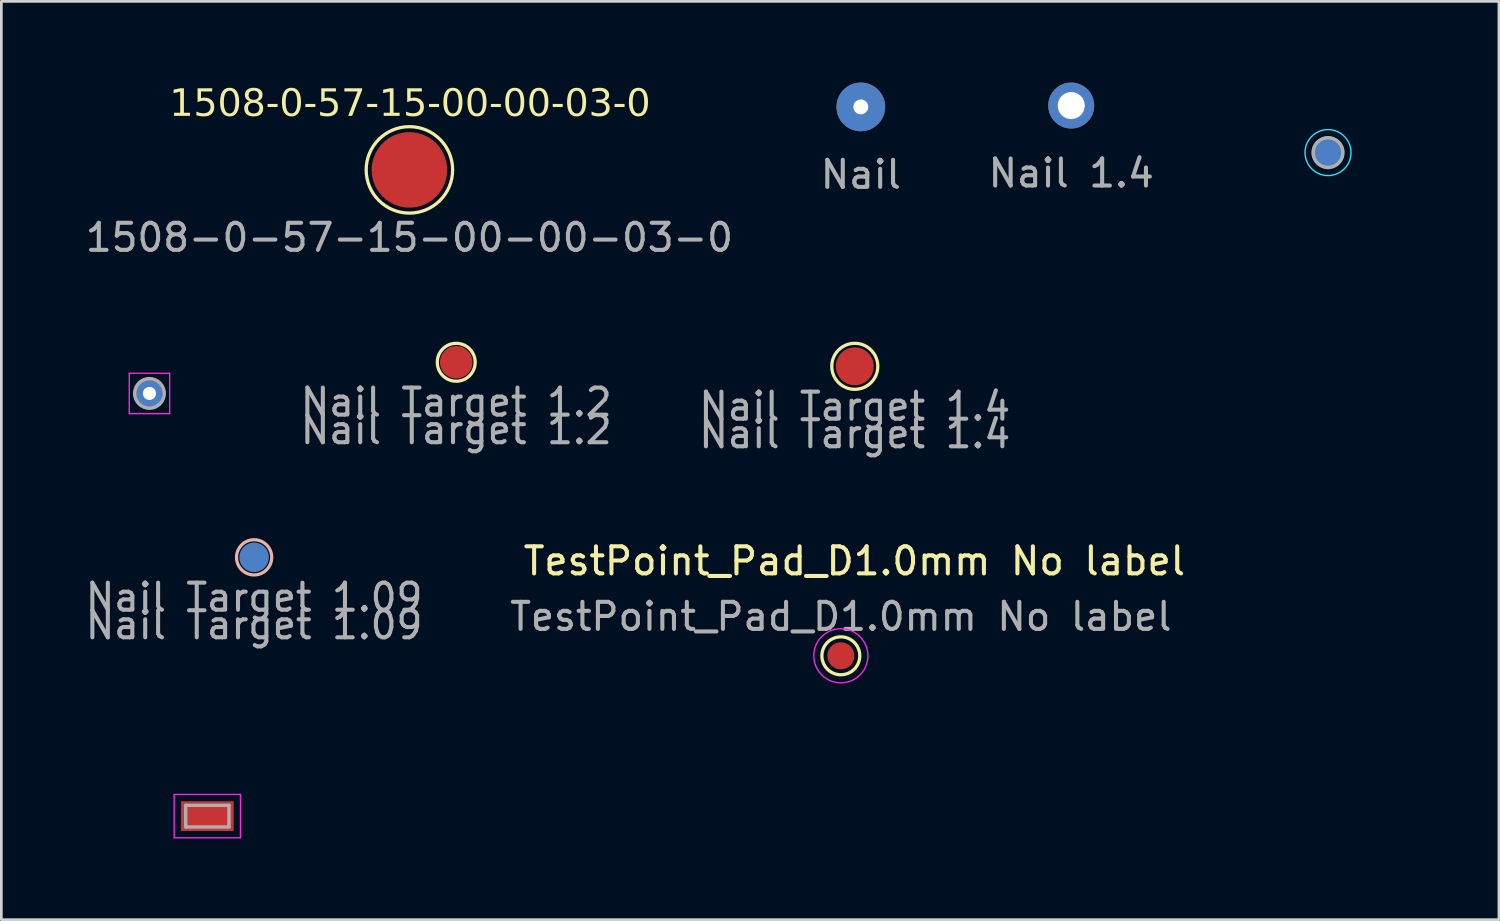
<source format=kicad_pcb>
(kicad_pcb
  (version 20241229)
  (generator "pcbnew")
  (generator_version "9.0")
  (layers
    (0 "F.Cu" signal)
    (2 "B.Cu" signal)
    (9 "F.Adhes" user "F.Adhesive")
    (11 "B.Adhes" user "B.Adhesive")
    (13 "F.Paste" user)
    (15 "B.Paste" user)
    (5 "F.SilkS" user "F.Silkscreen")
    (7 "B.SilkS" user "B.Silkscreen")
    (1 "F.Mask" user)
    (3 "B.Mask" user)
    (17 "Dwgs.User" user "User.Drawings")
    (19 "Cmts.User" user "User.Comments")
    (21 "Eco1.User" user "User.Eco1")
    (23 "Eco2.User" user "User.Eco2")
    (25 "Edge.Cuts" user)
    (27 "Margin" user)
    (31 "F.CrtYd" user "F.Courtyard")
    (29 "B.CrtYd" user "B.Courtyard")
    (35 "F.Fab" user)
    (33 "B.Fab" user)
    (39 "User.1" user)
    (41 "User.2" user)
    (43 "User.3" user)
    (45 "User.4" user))
  (footprint "TP_RCU-0C"
    (layer "F.Cu")
    (at 4.61 27.105)
    (property "Reference" "TP_RCU-0C" (at -0.209 -1.173 0) (layer "User.2") (effects (font (size 1 1) (thickness 0.08))))
    (attr smd)
    (fp_line (start -1.225 -0.8) (end 1.225 -0.8) (stroke (width 0.05) (type solid)) (layer "F.CrtYd"))
    (fp_line (start -1.225 0.8) (end -1.225 -0.8) (stroke (width 0.05) (type solid)) (layer "F.CrtYd"))
    (fp_line (start 1.225 -0.8) (end 1.225 0.8) (stroke (width 0.05) (type solid)) (layer "F.CrtYd"))
    (fp_line (start 1.225 0.8) (end -1.225 0.8) (stroke (width 0.05) (type solid)) (layer "F.CrtYd"))
    (fp_line (start -0.8 -0.4) (end 0.8 -0.4) (stroke (width 0.127) (type solid)) (layer "F.Fab"))
    (fp_line (start -0.8 0.4) (end -0.8 -0.4) (stroke (width 0.127) (type solid)) (layer "F.Fab"))
    (fp_line (start 0.8 -0.4) (end 0.8 0.4) (stroke (width 0.127) (type solid)) (layer "F.Fab"))
    (fp_line (start 0.8 0.4) (end -0.8 0.4) (stroke (width 0.127) (type solid)) (layer "F.Fab"))
    (pad "1" smd rect (at 0 0) (size 1.95 1.1) (layers "F.Cu" "F.Mask")))
  (footprint "Nail 1_2"
    (layer "F.Cu")
    (at 46.018 2.588)
    (property "Reference" "Nail 1_2" (at 0 -1.74 0) (layer "User.2") (effects (font (size 1 1) (thickness 0.15)) (justify mirror)))
    (attr smd)
    (fp_circle (center 0 0) (end -0.85 0) (stroke (width 0.05) (type solid)) (fill no) (layer "B.CrtYd"))
    (fp_circle (center 0 0) (end 0.55 0) (stroke (width 0.127) (type solid)) (fill no) (layer "F.Fab"))
    (pad "1" smd circle (at 0 0) (size 1.2 1.2) (layers "B.Cu" "B.Mask" "B.Paste")))
  (footprint "Nail 1_09"
    (layer "F.Cu")
    (at 2.472 11.487)
    (property "Reference" "Nail 1_09" (at 0 -1.28 0) (layer "User.2") (effects (font (size 0.63 0.63) (thickness 0.15))))
    (attr through_hole)
    (fp_line (start -0.746 -0.746) (end -0.746 0.746) (stroke (width 0.05) (type solid)) (layer "F.CrtYd"))
    (fp_line (start -0.746 0.746) (end 0.746 0.746) (stroke (width 0.05) (type solid)) (layer "F.CrtYd"))
    (fp_line (start 0.746 -0.746) (end -0.746 -0.746) (stroke (width 0.05) (type solid)) (layer "F.CrtYd"))
    (fp_line (start 0.746 0.746) (end 0.746 -0.746) (stroke (width 0.05) (type solid)) (layer "F.CrtYd"))
    (fp_circle (center 0 0) (end 0.546 0) (stroke (width 0.127) (type solid)) (fill no) (layer "F.Fab"))
    (pad "1" thru_hole circle (at 0 0) (size 0.991 0.991) (drill 0.483) (layers "*.Cu" "*.Mask")))
  (footprint "1508-0-57-15-00-00-03-0"
    (layer "F.Cu")
    (at 12.077 3.227)
    (property "Reference" "1508-0-57-15-00-00-03-0" (at 0.02 -2.41 0) (unlocked yes) (layer "F.SilkS") (effects (font (face "Agency FB") (size 1 1) (thickness 0.15))))
    (attr smd)
    (fp_circle (center 0 0) (end 1.597 0) (stroke (width 0.12) (type default)) (fill no) (layer "F.SilkS"))
    (fp_text user "${REFERENCE}" (at 0 2.5 0) (unlocked yes) (layer "F.Fab") (effects (font (size 1 1) (thickness 0.15))))
    (pad "1" smd circle (at 0 0) (size 2.79 2.79) (layers "F.Cu" "F.Mask" "F.Paste")))
  (footprint "Nail Target 1.4"
    (layer "F.Cu")
    (at 28.533 10.485)
    (property "Reference" "Nail Target 1.4" (at 0 1.48 0) (unlocked yes) (layer "F.Fab") (effects (font (size 1 1) (thickness 0.15))))
    (attr smd)
    (fp_circle (center 0 0) (end 0.85 0) (stroke (width 0.12) (type default)) (fill no) (layer "F.SilkS"))
    (fp_text user "${REFERENCE}" (at 0 2.5 0) (unlocked yes) (layer "F.Fab") (effects (font (size 1 1) (thickness 0.15))))
    (pad "1" smd circle (at 0 0) (size 1.4 1.4) (layers "F.Cu" "F.Mask")))
  (footprint "Nail Target 1.2"
    (layer "F.Cu")
    (at 13.807 10.335)
    (property "Reference" "Nail Target 1.2" (at 0 1.48 0) (unlocked yes) (layer "F.Fab") (effects (font (size 1 1) (thickness 0.15))))
    (attr smd)
    (fp_circle (center 0 0) (end 0.7 0) (stroke (width 0.12) (type default)) (fill no) (layer "F.SilkS"))
    (fp_text user "${REFERENCE}" (at 0 2.5 0) (unlocked yes) (layer "F.Fab") (effects (font (size 1 1) (thickness 0.15))))
    (pad "1" smd circle (at 0 0) (size 1.2 1.2) (layers "F.Cu" "F.Mask")))
  (footprint "Nail 1.4"
    (layer "F.Cu")
    (at 36.53 0.85)
    (property "Reference" "Nail 1.4" (at 0 1.48 0) (unlocked yes) (layer "User.2") (effects (font (size 1 1) (thickness 0.15))))
    (attr smd)
    (fp_text user "${REFERENCE}" (at 0 2.5 0) (unlocked yes) (layer "F.Fab") (effects (font (size 1 1) (thickness 0.15))))
    (pad "1" thru_hole circle (at 0 0) (size 1.7 1.7) (drill 1) (layers "*.Cu" "*.Mask")))
  (footprint "Nail Target 1.09"
    (layer "F.Cu")
    (at 6.339 17.543)
    (property "Reference" "Nail Target 1.09" (at 0 1.48 0) (unlocked yes) (layer "F.Fab") (effects (font (size 1 1) (thickness 0.15))))
    (attr smd)
    (fp_circle (center 0 0) (end -0.65 0) (stroke (width 0.12) (type default)) (fill no) (layer "B.SilkS"))
    (fp_text user "${REFERENCE}" (at 0 2.5 0) (unlocked yes) (layer "F.Fab") (effects (font (size 1 1) (thickness 0.15))))
    (pad "1" smd circle (at 0 0) (size 1.09 1.09) (layers "B.Cu" "B.Mask")))
  (footprint "Nail"
    (layer "F.Cu")
    (at 28.756 0.9)
    (property "Reference" "Nail" (at 0 1.48 0) (unlocked yes) (layer "User.2") (effects (font (size 1 1) (thickness 0.15))))
    (attr smd)
    (fp_text user "${REFERENCE}" (at 0 2.5 0) (unlocked yes) (layer "F.Fab") (effects (font (size 1 1) (thickness 0.15))))
    (pad "1" thru_hole circle (at 0 0) (size 1.8 1.8) (drill 0.55) (layers "*.Cu" "*.Mask")))
  (footprint "TestPoint_Pad_D1.0mm No label"
    (layer "F.Cu")
    (at 28.018 21.181)
    (property "Reference" "TestPoint_Pad_D1.0mm No label" (at 0.5 -3.5 0) (layer "F.SilkS") (effects (font (size 1 1) (thickness 0.15))))
    (attr exclude_from_pos_files exclude_from_bom)
    (fp_circle (center 0 0) (end 0 0.7) (stroke (width 0.12) (type solid)) (fill no) (layer "F.SilkS"))
    (fp_circle (center 0 0) (end 1 0) (stroke (width 0.05) (type solid)) (fill no) (layer "F.CrtYd"))
    (fp_text user "${REFERENCE}" (at 0 -1.45 0) (layer "F.Fab") (effects (font (size 1 1) (thickness 0.15))))
    (pad "1" smd circle (at 0 0) (size 1 1) (layers "F.Cu" "F.Mask")))
  (gr_rect
    (start -3 -3)
    (end 52.333 30.93)
    (stroke (width 0.1) (type default))
    (fill no)
    (layer "Edge.Cuts")))
</source>
